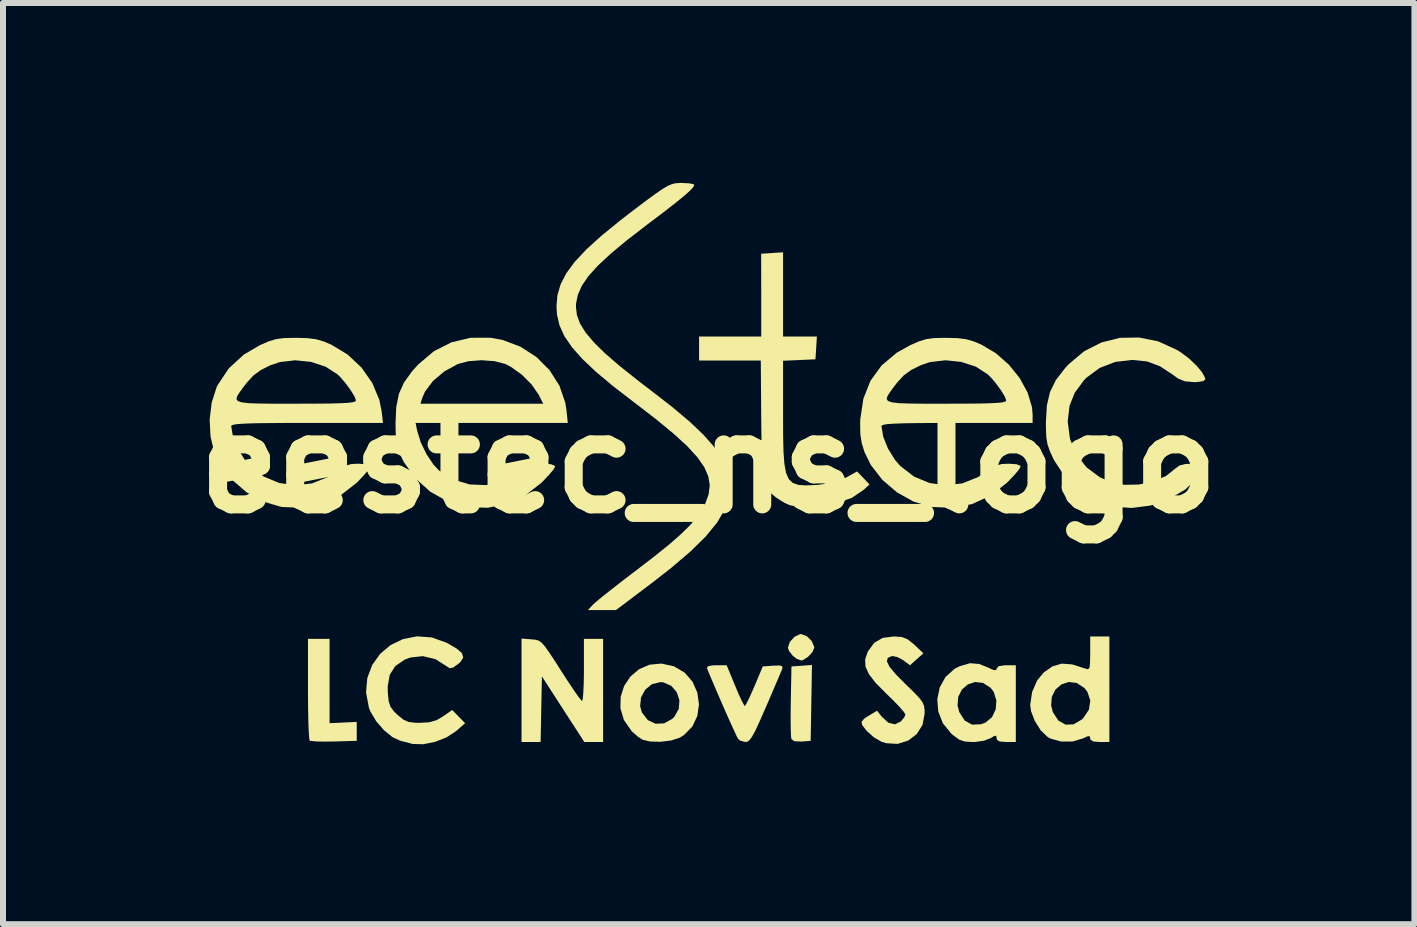
<source format=kicad_pcb>
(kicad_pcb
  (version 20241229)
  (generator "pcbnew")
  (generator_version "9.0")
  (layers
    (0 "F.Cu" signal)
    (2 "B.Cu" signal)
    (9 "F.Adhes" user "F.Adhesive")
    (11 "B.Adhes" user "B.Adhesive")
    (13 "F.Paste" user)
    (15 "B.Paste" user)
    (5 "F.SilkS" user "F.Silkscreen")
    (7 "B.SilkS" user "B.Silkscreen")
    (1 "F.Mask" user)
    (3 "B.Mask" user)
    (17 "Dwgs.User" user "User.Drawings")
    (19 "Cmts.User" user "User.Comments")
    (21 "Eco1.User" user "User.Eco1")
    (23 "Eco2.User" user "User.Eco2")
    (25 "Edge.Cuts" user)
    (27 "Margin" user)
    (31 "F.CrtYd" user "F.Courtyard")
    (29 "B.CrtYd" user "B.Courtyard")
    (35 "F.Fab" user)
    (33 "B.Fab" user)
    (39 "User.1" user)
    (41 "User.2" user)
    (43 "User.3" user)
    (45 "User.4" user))
  (footprint "eestec_ns_logo"
    (layer "F.Cu")
    (at 8.764 4.68)
    (property "Reference" "eestec_ns_logo" (at 0 0 0) (layer "F.SilkS") (effects (font (size 1.5 1.5) (thickness 0.3))))
    (attr board_only exclude_from_pos_files exclude_from_bom)
    (fp_poly (pts (xy 1.711 3.988) (xy 1.7 4.62) (xy 1.55 4.632) (xy 1.429 4.627) (xy 1.379 4.591) (xy 1.372 4.533) (xy 1.368 4.411) (xy 1.366 4.241) (xy 1.368 4.038) (xy 1.369 3.958) (xy 1.38 3.38) (xy 1.551 3.368) (xy 1.722 3.355)) (stroke (width 0) (type solid)) (fill yes) (layer "F.SilkS"))
    (fp_poly (pts (xy 1.634 2.874) (xy 1.717 2.955) (xy 1.759 3.053) (xy 1.76 3.069) (xy 1.729 3.142) (xy 1.657 3.219) (xy 1.575 3.272) (xy 1.54 3.28) (xy 1.469 3.254) (xy 1.4 3.2) (xy 1.341 3.124) (xy 1.32 3.069) (xy 1.353 2.971) (xy 1.431 2.885) (xy 1.525 2.841) (xy 1.54 2.84)) (stroke (width 0) (type solid)) (fill yes) (layer "F.SilkS"))
    (fp_poly (pts (xy -6.32 3.623) (xy -6.32 4.326) (xy -6.093 4.315) (xy -5.867 4.305) (xy -5.867 4.462) (xy -5.867 4.62) (xy -6.245 4.631) (xy -6.412 4.633) (xy -6.548 4.63) (xy -6.633 4.621) (xy -6.652 4.615) (xy -6.66 4.568) (xy -6.668 4.454) (xy -6.674 4.284) (xy -6.678 4.071) (xy -6.68 3.826) (xy -6.68 3.753) (xy -6.68 2.92) (xy -6.5 2.92) (xy -6.32 2.92)) (stroke (width 0) (type solid)) (fill yes) (layer "F.SilkS"))
    (fp_poly (pts (xy -2.953 2.928) (xy -2.889 2.934) (xy -2.836 2.949) (xy -2.786 2.983) (xy -2.729 3.047) (xy -2.656 3.15) (xy -2.556 3.302) (xy -2.463 3.448) (xy -2.349 3.625) (xy -2.248 3.776) (xy -2.169 3.888) (xy -2.12 3.95) (xy -2.11 3.958) (xy -2.099 3.921) (xy -2.09 3.819) (xy -2.083 3.667) (xy -2.08 3.479) (xy -2.08 3.44) (xy -2.08 2.92) (xy -1.92 2.92) (xy -1.76 2.92) (xy -1.76 3.78) (xy -1.76 4.64) (xy -1.917 4.64) (xy -2.073 4.64) (xy -2.427 4.093) (xy -2.78 3.546) (xy -2.791 4.093) (xy -2.802 4.64) (xy -2.961 4.64) (xy -3.12 4.64) (xy -3.12 3.778) (xy -3.12 2.915)) (stroke (width 0) (type solid)) (fill yes) (layer "F.SilkS"))
    (fp_poly (pts (xy 0.3 3.36) (xy 0.44 3.7) (xy 0.503 3.849) (xy 0.557 3.964) (xy 0.593 4.03) (xy 0.602 4.04) (xy 0.626 4.006) (xy 0.672 3.914) (xy 0.732 3.781) (xy 0.763 3.71) (xy 0.902 3.38) (xy 1.076 3.367) (xy 1.183 3.364) (xy 1.228 3.378) (xy 1.227 3.415) (xy 1.224 3.424) (xy 1.2 3.483) (xy 1.15 3.601) (xy 1.08 3.764) (xy 0.998 3.957) (xy 0.95 4.066) (xy 0.853 4.288) (xy 0.78 4.446) (xy 0.724 4.549) (xy 0.68 4.609) (xy 0.642 4.636) (xy 0.617 4.64) (xy 0.529 4.619) (xy 0.492 4.59) (xy 0.466 4.541) (xy 0.416 4.434) (xy 0.347 4.282) (xy 0.267 4.102) (xy 0.183 3.909) (xy 0.1 3.717) (xy 0.025 3.54) (xy -0.028 3.41) (xy -0.015 3.377) (xy 0.065 3.362) (xy 0.126 3.36)) (stroke (width 0) (type solid)) (fill yes) (layer "F.SilkS"))
    (fp_poly (pts (xy -0.579 3.378) (xy -0.399 3.484) (xy -0.268 3.636) (xy -0.189 3.817) (xy -0.162 4.012) (xy -0.189 4.205) (xy -0.272 4.381) (xy -0.411 4.523) (xy -0.479 4.566) (xy -0.623 4.614) (xy -0.802 4.636) (xy -0.978 4.631) (xy -1.1 4.602) (xy -1.18 4.551) (xy -1.273 4.469) (xy -1.287 4.454) (xy -1.414 4.272) (xy -1.471 4.079) (xy -1.471 4.042) (xy -1.143 4.042) (xy -1.113 4.147) (xy -1.015 4.274) (xy -0.886 4.335) (xy -0.744 4.329) (xy -0.608 4.254) (xy -0.57 4.216) (xy -0.498 4.085) (xy -0.488 3.942) (xy -0.533 3.808) (xy -0.624 3.703) (xy -0.754 3.646) (xy -0.805 3.641) (xy -0.946 3.675) (xy -1.058 3.767) (xy -1.128 3.896) (xy -1.143 4.042) (xy -1.471 4.042) (xy -1.467 3.886) (xy -1.41 3.706) (xy -1.305 3.549) (xy -1.162 3.427) (xy -0.987 3.351) (xy -0.787 3.332)) (stroke (width 0) (type solid)) (fill yes) (layer "F.SilkS"))
    (fp_poly (pts (xy 4.511 3.339) (xy 4.652 3.396) (xy 4.747 3.439) (xy 4.792 3.441) (xy 4.8 3.416) (xy 4.833 3.376) (xy 4.936 3.36) (xy 4.96 3.36) (xy 5.12 3.36) (xy 5.12 4) (xy 5.12 4.64) (xy 4.96 4.64) (xy 4.851 4.631) (xy 4.805 4.601) (xy 4.8 4.575) (xy 4.793 4.534) (xy 4.759 4.54) (xy 4.701 4.575) (xy 4.591 4.618) (xy 4.441 4.639) (xy 4.402 4.64) (xy 4.27 4.632) (xy 4.172 4.598) (xy 4.071 4.523) (xy 4.04 4.496) (xy 3.903 4.325) (xy 3.827 4.13) (xy 3.819 4.032) (xy 4.149 4.032) (xy 4.178 4.142) (xy 4.269 4.283) (xy 4.391 4.35) (xy 4.541 4.343) (xy 4.614 4.316) (xy 4.723 4.226) (xy 4.785 4.094) (xy 4.796 3.946) (xy 4.752 3.805) (xy 4.702 3.738) (xy 4.575 3.655) (xy 4.443 3.639) (xy 4.321 3.679) (xy 4.221 3.765) (xy 4.16 3.887) (xy 4.149 4.032) (xy 3.819 4.032) (xy 3.811 3.926) (xy 3.852 3.729) (xy 3.949 3.554) (xy 4.1 3.419) (xy 4.187 3.375) (xy 4.356 3.326)) (stroke (width 0) (type solid)) (fill yes) (layer "F.SilkS"))
    (fp_poly (pts (xy 6.68 3.76) (xy 6.68 4.64) (xy 6.52 4.64) (xy 6.409 4.63) (xy 6.363 4.598) (xy 6.36 4.579) (xy 6.352 4.542) (xy 6.314 4.545) (xy 6.242 4.579) (xy 6.068 4.631) (xy 5.875 4.632) (xy 5.697 4.582) (xy 5.652 4.557) (xy 5.537 4.448) (xy 5.439 4.293) (xy 5.374 4.126) (xy 5.361 4.032) (xy 5.709 4.032) (xy 5.738 4.142) (xy 5.829 4.282) (xy 5.949 4.35) (xy 6.083 4.345) (xy 6.221 4.264) (xy 6.243 4.243) (xy 6.338 4.102) (xy 6.362 3.949) (xy 6.314 3.804) (xy 6.262 3.738) (xy 6.135 3.655) (xy 6.003 3.639) (xy 5.881 3.679) (xy 5.781 3.765) (xy 5.72 3.887) (xy 5.709 4.032) (xy 5.361 4.032) (xy 5.36 4.022) (xy 5.391 3.808) (xy 5.476 3.613) (xy 5.586 3.48) (xy 5.734 3.377) (xy 5.886 3.333) (xy 6.061 3.346) (xy 6.277 3.415) (xy 6.29 3.42) (xy 6.326 3.427) (xy 6.348 3.401) (xy 6.357 3.327) (xy 6.36 3.189) (xy 6.36 3.164) (xy 6.36 2.88) (xy 6.52 2.88) (xy 6.68 2.88)) (stroke (width 0) (type solid)) (fill yes) (layer "F.SilkS"))
    (fp_poly (pts (xy -4.617 2.896) (xy -4.368 2.985) (xy -4.359 2.99) (xy -4.2 3.083) (xy -4.112 3.16) (xy -4.093 3.232) (xy -4.138 3.305) (xy -4.179 3.341) (xy -4.263 3.4) (xy -4.318 3.409) (xy -4.359 3.383) (xy -4.554 3.259) (xy -4.765 3.208) (xy -4.978 3.232) (xy -5.069 3.267) (xy -5.224 3.373) (xy -5.317 3.519) (xy -5.351 3.714) (xy -5.349 3.816) (xy -5.335 3.957) (xy -5.305 4.051) (xy -5.245 4.131) (xy -5.188 4.186) (xy -5.092 4.265) (xy -5.004 4.305) (xy -4.89 4.319) (xy -4.813 4.32) (xy -4.653 4.31) (xy -4.531 4.273) (xy -4.43 4.213) (xy -4.276 4.106) (xy -4.168 4.216) (xy -4.06 4.326) (xy -4.212 4.459) (xy -4.371 4.563) (xy -4.563 4.638) (xy -4.76 4.677) (xy -4.935 4.672) (xy -4.98 4.66) (xy -5.046 4.642) (xy -5.132 4.622) (xy -5.269 4.56) (xy -5.412 4.444) (xy -5.542 4.294) (xy -5.639 4.131) (xy -5.663 4.072) (xy -5.712 3.814) (xy -5.691 3.573) (xy -5.609 3.355) (xy -5.476 3.169) (xy -5.301 3.022) (xy -5.093 2.923) (xy -4.862 2.878)) (stroke (width 0) (type solid)) (fill yes) (layer "F.SilkS"))
    (fp_poly (pts (xy 3.219 2.889) (xy 3.316 2.927) (xy 3.42 3.01) (xy 3.431 3.02) (xy 3.58 3.161) (xy 3.468 3.26) (xy 3.356 3.36) (xy 3.243 3.276) (xy 3.146 3.223) (xy 3.061 3.206) (xy 3.055 3.207) (xy 2.985 3.237) (xy 2.971 3.296) (xy 3.015 3.386) (xy 3.121 3.513) (xy 3.277 3.67) (xy 3.418 3.807) (xy 3.51 3.904) (xy 3.565 3.977) (xy 3.591 4.042) (xy 3.6 4.114) (xy 3.6 4.165) (xy 3.565 4.354) (xy 3.468 4.508) (xy 3.325 4.616) (xy 3.151 4.671) (xy 2.961 4.66) (xy 2.88 4.635) (xy 2.752 4.56) (xy 2.63 4.45) (xy 2.557 4.354) (xy 2.549 4.301) (xy 2.596 4.247) (xy 2.664 4.203) (xy 2.807 4.118) (xy 2.885 4.217) (xy 2.995 4.318) (xy 3.105 4.345) (xy 3.203 4.297) (xy 3.261 4.228) (xy 3.28 4.182) (xy 3.253 4.137) (xy 3.178 4.051) (xy 3.069 3.938) (xy 2.963 3.835) (xy 2.786 3.657) (xy 2.672 3.51) (xy 2.614 3.383) (xy 2.608 3.264) (xy 2.649 3.141) (xy 2.656 3.127) (xy 2.761 2.984) (xy 2.901 2.904) (xy 3.089 2.88)) (stroke (width 0) (type solid)) (fill yes) (layer "F.SilkS"))
    (fp_poly (pts (xy 1.24 -2.822) (xy 1.24 -2.12) (xy 1.522 -2.12) (xy 1.804 -2.12) (xy 1.792 -1.93) (xy 1.78 -1.74) (xy 1.51 -1.728) (xy 1.24 -1.716) (xy 1.24 -0.816) (xy 1.241 -0.474) (xy 1.247 -0.203) (xy 1.262 0.003) (xy 1.29 0.154) (xy 1.335 0.257) (xy 1.402 0.321) (xy 1.495 0.353) (xy 1.617 0.362) (xy 1.773 0.355) (xy 1.839 0.351) (xy 2.083 0.314) (xy 2.28 0.237) (xy 2.293 0.23) (xy 2.474 0.129) (xy 2.577 0.237) (xy 2.681 0.345) (xy 2.59 0.431) (xy 2.385 0.57) (xy 2.117 0.662) (xy 1.788 0.707) (xy 1.74 0.71) (xy 1.563 0.715) (xy 1.442 0.71) (xy 1.352 0.692) (xy 1.271 0.656) (xy 1.21 0.62) (xy 1.116 0.558) (xy 1.042 0.495) (xy 0.986 0.42) (xy 0.944 0.323) (xy 0.915 0.195) (xy 0.896 0.024) (xy 0.885 -0.198) (xy 0.879 -0.483) (xy 0.876 -0.755) (xy 0.869 -1.72) (xy 0.354 -1.72) (xy -0.16 -1.72) (xy -0.16 -1.92) (xy -0.16 -2.12) (xy 0.358 -2.12) (xy 0.876 -2.12) (xy 0.876 -2.81) (xy 0.875 -3.5) (xy 1.058 -3.512) (xy 1.24 -3.524)) (stroke (width 0) (type solid)) (fill yes) (layer "F.SilkS"))
    (fp_poly (pts (xy 7.494 -2.039) (xy 7.802 -1.899) (xy 7.867 -1.859) (xy 8.006 -1.755) (xy 8.131 -1.637) (xy 8.226 -1.523) (xy 8.276 -1.43) (xy 8.28 -1.406) (xy 8.243 -1.376) (xy 8.138 -1.361) (xy 8.085 -1.36) (xy 7.94 -1.373) (xy 7.823 -1.421) (xy 7.736 -1.484) (xy 7.523 -1.625) (xy 7.31 -1.704) (xy 7.066 -1.73) (xy 7.06 -1.73) (xy 6.778 -1.697) (xy 6.518 -1.596) (xy 6.298 -1.434) (xy 6.256 -1.391) (xy 6.103 -1.184) (xy 6.016 -0.967) (xy 5.986 -0.715) (xy 5.986 -0.696) (xy 6.023 -0.413) (xy 6.129 -0.157) (xy 6.298 0.06) (xy 6.522 0.227) (xy 6.702 0.307) (xy 6.928 0.352) (xy 7.173 0.347) (xy 7.411 0.296) (xy 7.622 0.206) (xy 7.776 0.084) (xy 7.846 0.031) (xy 7.947 0.005) (xy 8.066 0) (xy 8.204 0.007) (xy 8.267 0.036) (xy 8.261 0.095) (xy 8.191 0.194) (xy 8.175 0.214) (xy 7.946 0.429) (xy 7.67 0.592) (xy 7.365 0.698) (xy 7.049 0.738) (xy 6.8 0.72) (xy 6.476 0.623) (xy 6.19 0.459) (xy 5.949 0.232) (xy 5.762 -0.051) (xy 5.751 -0.072) (xy 5.687 -0.21) (xy 5.648 -0.324) (xy 5.628 -0.441) (xy 5.622 -0.593) (xy 5.622 -0.699) (xy 5.638 -0.972) (xy 5.69 -1.195) (xy 5.787 -1.393) (xy 5.94 -1.591) (xy 6 -1.657) (xy 6.257 -1.873) (xy 6.545 -2.02) (xy 6.854 -2.098) (xy 7.174 -2.104)) (stroke (width 0) (type solid)) (fill yes) (layer "F.SilkS"))
    (fp_poly (pts (xy -3.439 -2.064) (xy -3.137 -1.95) (xy -2.871 -1.778) (xy -2.652 -1.558) (xy -2.488 -1.3) (xy -2.39 -1.015) (xy -2.371 -0.895) (xy -2.349 -0.68) (xy -3.618 -0.68) (xy -4.886 -0.68) (xy -4.86 -0.55) (xy -4.8 -0.357) (xy -4.704 -0.158) (xy -4.587 0.016) (xy -4.49 0.118) (xy -4.25 0.266) (xy -3.984 0.346) (xy -3.708 0.357) (xy -3.436 0.298) (xy -3.184 0.17) (xy -3.141 0.138) (xy -3.015 0.053) (xy -2.905 0.012) (xy -2.772 0.000048) (xy -2.76 0) (xy -2.627 0.009) (xy -2.564 0.036) (xy -2.56 0.048) (xy -2.587 0.097) (xy -2.659 0.183) (xy -2.761 0.291) (xy -2.793 0.322) (xy -3.062 0.531) (xy -3.363 0.67) (xy -3.685 0.735) (xy -4.02 0.723) (xy -4.045 0.719) (xy -4.356 0.627) (xy -4.641 0.467) (xy -4.886 0.247) (xy -5.078 -0.022) (xy -5.103 -0.069) (xy -5.159 -0.189) (xy -5.194 -0.294) (xy -5.212 -0.411) (xy -5.219 -0.566) (xy -5.22 -0.68) (xy -5.208 -0.948) (xy -5.197 -1) (xy -4.805 -1) (xy -3.782 -1) (xy -2.758 -1) (xy -2.836 -1.153) (xy -2.952 -1.32) (xy -3.114 -1.483) (xy -3.296 -1.614) (xy -3.389 -1.662) (xy -3.569 -1.709) (xy -3.786 -1.725) (xy -4.002 -1.709) (xy -4.179 -1.663) (xy -4.405 -1.54) (xy -4.594 -1.381) (xy -4.729 -1.202) (xy -4.777 -1.09) (xy -4.805 -1) (xy -5.197 -1) (xy -5.164 -1.165) (xy -5.079 -1.354) (xy -4.944 -1.541) (xy -4.841 -1.655) (xy -4.582 -1.874) (xy -4.289 -2.023) (xy -3.972 -2.099) (xy -3.642 -2.1)) (stroke (width 0) (type solid)) (fill yes) (layer "F.SilkS"))
    (fp_poly (pts (xy -0.33 -4.674) (xy -0.255 -4.66) (xy -0.24 -4.647) (xy -0.257 -4.611) (xy -0.31 -4.553) (xy -0.406 -4.467) (xy -0.55 -4.35) (xy -0.747 -4.196) (xy -1.004 -4.002) (xy -1.025 -3.986) (xy -1.361 -3.727) (xy -1.632 -3.502) (xy -1.845 -3.304) (xy -2.004 -3.128) (xy -2.114 -2.968) (xy -2.181 -2.817) (xy -2.211 -2.67) (xy -2.213 -2.615) (xy -2.197 -2.478) (xy -2.145 -2.337) (xy -2.052 -2.187) (xy -1.913 -2.022) (xy -1.724 -1.836) (xy -1.478 -1.624) (xy -1.171 -1.38) (xy -0.963 -1.221) (xy -0.606 -0.944) (xy -0.316 -0.7) (xy -0.088 -0.483) (xy 0.083 -0.29) (xy 0.201 -0.116) (xy 0.22 -0.08) (xy 0.309 0.138) (xy 0.349 0.347) (xy 0.336 0.554) (xy 0.267 0.764) (xy 0.141 0.981) (xy -0.048 1.212) (xy -0.301 1.461) (xy -0.621 1.734) (xy -0.937 1.981) (xy -1.545 2.44) (xy -1.779 2.44) (xy -2.012 2.44) (xy -1.936 2.356) (xy -1.881 2.306) (xy -1.774 2.217) (xy -1.624 2.099) (xy -1.445 1.959) (xy -1.245 1.806) (xy -1.22 1.787) (xy -0.91 1.549) (xy -0.66 1.348) (xy -0.463 1.175) (xy -0.309 1.024) (xy -0.193 0.888) (xy -0.107 0.76) (xy -0.055 0.66) (xy -0.000192 0.507) (xy 0.018 0.36) (xy -0.006 0.211) (xy -0.074 0.056) (xy -0.191 -0.111) (xy -0.361 -0.296) (xy -0.588 -0.503) (xy -0.876 -0.74) (xy -1.229 -1.012) (xy -1.24 -1.02) (xy -1.593 -1.292) (xy -1.881 -1.533) (xy -2.109 -1.749) (xy -2.282 -1.945) (xy -2.407 -2.129) (xy -2.487 -2.307) (xy -2.529 -2.486) (xy -2.537 -2.62) (xy -2.522 -2.807) (xy -2.469 -2.989) (xy -2.375 -3.172) (xy -2.234 -3.364) (xy -2.04 -3.571) (xy -1.789 -3.799) (xy -1.476 -4.054) (xy -1.265 -4.217) (xy -1.052 -4.378) (xy -0.891 -4.496) (xy -0.772 -4.578) (xy -0.682 -4.632) (xy -0.61 -4.662) (xy -0.545 -4.676) (xy -0.476 -4.68) (xy -0.447 -4.68)) (stroke (width 0) (type solid)) (fill yes) (layer "F.SilkS"))
    (fp_poly (pts (xy -6.88 -2.098) (xy -6.69 -2.093) (xy -6.547 -2.075) (xy -6.416 -2.037) (xy -6.291 -1.984) (xy -6.019 -1.82) (xy -5.788 -1.603) (xy -5.608 -1.346) (xy -5.49 -1.064) (xy -5.453 -0.88) (xy -5.429 -0.68) (xy -6.694 -0.68) (xy -7.057 -0.679) (xy -7.347 -0.677) (xy -7.571 -0.674) (xy -7.737 -0.668) (xy -7.851 -0.661) (xy -7.921 -0.65) (xy -7.955 -0.637) (xy -7.96 -0.627) (xy -7.93 -0.448) (xy -7.85 -0.25) (xy -7.732 -0.061) (xy -7.646 0.038) (xy -7.416 0.215) (xy -7.159 0.322) (xy -6.886 0.36) (xy -6.612 0.328) (xy -6.35 0.224) (xy -6.192 0.118) (xy -6.076 0.04) (xy -5.958 0.006) (xy -5.842 0) (xy -5.708 0.009) (xy -5.644 0.035) (xy -5.64 0.048) (xy -5.667 0.097) (xy -5.739 0.183) (xy -5.841 0.291) (xy -5.873 0.322) (xy -6.143 0.533) (xy -6.445 0.671) (xy -6.771 0.735) (xy -7.111 0.722) (xy -7.134 0.718) (xy -7.427 0.631) (xy -7.703 0.477) (xy -7.945 0.269) (xy -8.137 0.022) (xy -8.241 -0.19) (xy -8.304 -0.449) (xy -8.319 -0.735) (xy -8.285 -1.02) (xy -8.266 -1.078) (xy -7.873 -1.078) (xy -7.85 -1.045) (xy -7.785 -1.023) (xy -7.672 -1.009) (xy -7.503 -1.003) (xy -7.271 -1) (xy -6.967 -1) (xy -6.88 -1) (xy -6.563 -1.001) (xy -6.317 -1.003) (xy -6.135 -1.008) (xy -6.009 -1.015) (xy -5.93 -1.025) (xy -5.889 -1.039) (xy -5.88 -1.054) (xy -5.904 -1.12) (xy -5.966 -1.222) (xy -6.049 -1.336) (xy -6.137 -1.44) (xy -6.186 -1.488) (xy -6.387 -1.618) (xy -6.63 -1.697) (xy -6.892 -1.724) (xy -7.149 -1.694) (xy -7.304 -1.642) (xy -7.467 -1.561) (xy -7.589 -1.471) (xy -7.702 -1.348) (xy -7.766 -1.264) (xy -7.823 -1.185) (xy -7.861 -1.124) (xy -7.873 -1.078) (xy -8.266 -1.078) (xy -8.204 -1.273) (xy -8.186 -1.311) (xy -7.999 -1.59) (xy -7.75 -1.818) (xy -7.486 -1.974) (xy -7.339 -2.038) (xy -7.215 -2.076) (xy -7.081 -2.094) (xy -6.905 -2.098)) (stroke (width 0) (type solid)) (fill yes) (layer "F.SilkS"))
    (fp_poly (pts (xy 3.96 -2.098) (xy 4.15 -2.093) (xy 4.293 -2.075) (xy 4.424 -2.037) (xy 4.548 -1.984) (xy 4.79 -1.84) (xy 5.006 -1.649) (xy 5.186 -1.425) (xy 5.317 -1.184) (xy 5.39 -0.941) (xy 5.4 -0.819) (xy 5.4 -0.68) (xy 4.14 -0.68) (xy 3.778 -0.679) (xy 3.489 -0.677) (xy 3.266 -0.674) (xy 3.101 -0.668) (xy 2.987 -0.661) (xy 2.918 -0.65) (xy 2.885 -0.637) (xy 2.88 -0.627) (xy 2.91 -0.448) (xy 2.99 -0.25) (xy 3.108 -0.061) (xy 3.194 0.038) (xy 3.424 0.215) (xy 3.681 0.322) (xy 3.954 0.36) (xy 4.228 0.328) (xy 4.49 0.224) (xy 4.648 0.118) (xy 4.764 0.04) (xy 4.882 0.006) (xy 4.998 0) (xy 5.132 0.009) (xy 5.196 0.035) (xy 5.2 0.048) (xy 5.173 0.097) (xy 5.101 0.183) (xy 4.999 0.291) (xy 4.967 0.322) (xy 4.697 0.533) (xy 4.395 0.671) (xy 4.069 0.735) (xy 3.729 0.722) (xy 3.706 0.718) (xy 3.413 0.631) (xy 3.138 0.477) (xy 2.896 0.27) (xy 2.704 0.023) (xy 2.599 -0.19) (xy 2.551 -0.343) (xy 2.528 -0.492) (xy 2.525 -0.674) (xy 2.527 -0.74) (xy 2.578 -1.078) (xy 2.967 -1.078) (xy 2.99 -1.045) (xy 3.055 -1.023) (xy 3.168 -1.009) (xy 3.337 -1.003) (xy 3.569 -1) (xy 3.873 -1) (xy 3.96 -1) (xy 4.277 -1.001) (xy 4.523 -1.003) (xy 4.705 -1.008) (xy 4.831 -1.015) (xy 4.91 -1.025) (xy 4.951 -1.039) (xy 4.96 -1.054) (xy 4.936 -1.12) (xy 4.874 -1.222) (xy 4.791 -1.336) (xy 4.703 -1.44) (xy 4.654 -1.488) (xy 4.453 -1.618) (xy 4.21 -1.697) (xy 3.948 -1.724) (xy 3.691 -1.694) (xy 3.536 -1.642) (xy 3.373 -1.561) (xy 3.251 -1.471) (xy 3.138 -1.348) (xy 3.074 -1.264) (xy 3.017 -1.185) (xy 2.979 -1.124) (xy 2.967 -1.078) (xy 2.578 -1.078) (xy 2.578 -1.081) (xy 2.697 -1.382) (xy 2.884 -1.639) (xy 3.136 -1.851) (xy 3.354 -1.973) (xy 3.501 -2.038) (xy 3.625 -2.076) (xy 3.758 -2.094) (xy 3.934 -2.098)) (stroke (width 0) (type solid)) (fill yes) (layer "F.SilkS")))
  (gr_rect
    (start -3 -3)
    (end 20.529 12.357)
    (stroke (width 0.1) (type default))
    (fill no)
    (layer "Edge.Cuts")))
</source>
